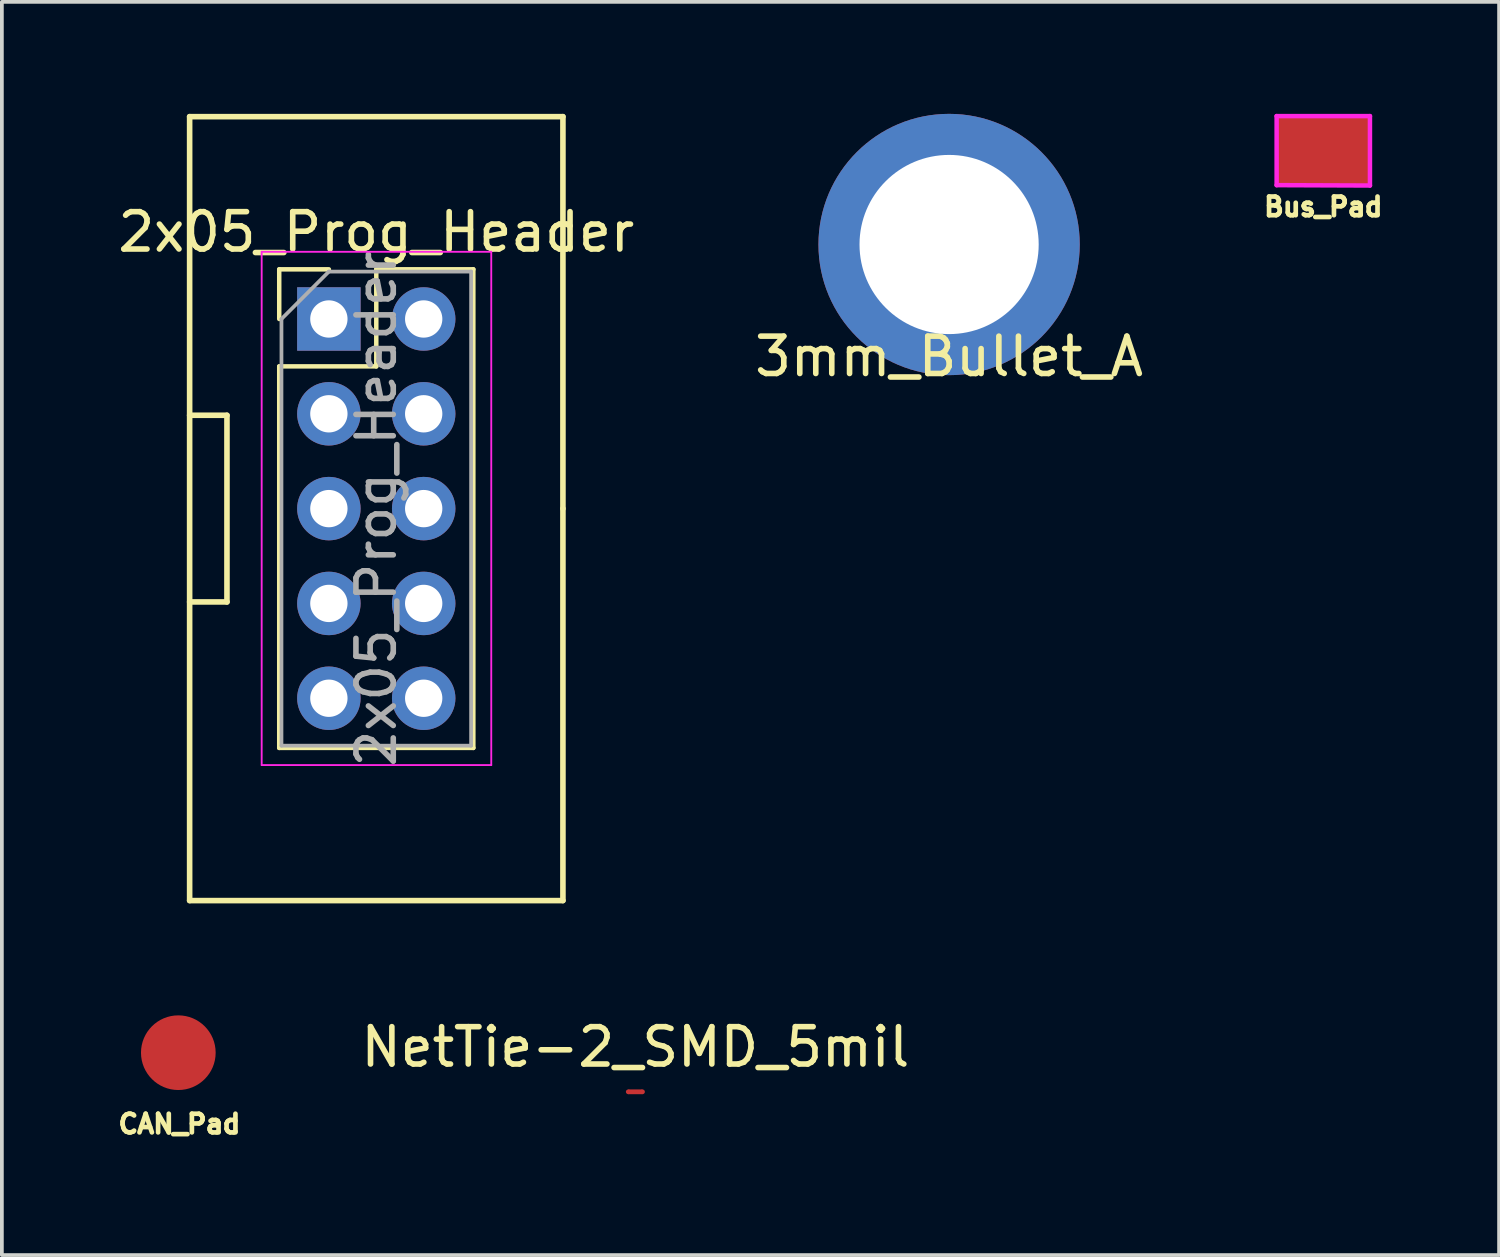
<source format=kicad_pcb>
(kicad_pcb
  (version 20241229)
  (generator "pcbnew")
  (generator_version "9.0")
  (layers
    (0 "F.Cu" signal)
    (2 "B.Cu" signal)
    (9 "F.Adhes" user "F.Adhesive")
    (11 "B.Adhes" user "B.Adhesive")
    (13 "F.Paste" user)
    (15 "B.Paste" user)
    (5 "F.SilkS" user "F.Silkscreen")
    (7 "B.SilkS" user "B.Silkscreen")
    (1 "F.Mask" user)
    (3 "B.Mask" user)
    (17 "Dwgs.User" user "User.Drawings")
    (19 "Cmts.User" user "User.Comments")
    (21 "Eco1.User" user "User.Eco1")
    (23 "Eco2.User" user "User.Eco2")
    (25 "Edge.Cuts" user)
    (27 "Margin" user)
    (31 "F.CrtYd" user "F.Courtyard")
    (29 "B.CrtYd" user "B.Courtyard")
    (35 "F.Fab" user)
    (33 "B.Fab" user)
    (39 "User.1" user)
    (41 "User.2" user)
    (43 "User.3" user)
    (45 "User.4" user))
  (footprint "2x05_Prog_Header"
    (layer "F.Cu")
    (at 7.03 10.575)
    (property "Reference" "2x05_Prog_Header" (at 0 -7.41 0) (layer "F.SilkS") (effects (font (size 1 1) (thickness 0.15))))
    (attr through_hole)
    (fp_line (start -5 -10.5) (end -5 10.5) (stroke (width 0.15) (type solid)) (layer "F.SilkS"))
    (fp_line (start -5 -2.5) (end -4 -2.5) (stroke (width 0.15) (type solid)) (layer "F.SilkS"))
    (fp_line (start -5 10.5) (end 5 10.5) (stroke (width 0.15) (type solid)) (layer "F.SilkS"))
    (fp_line (start -4 -2.5) (end -4 2.5) (stroke (width 0.15) (type solid)) (layer "F.SilkS"))
    (fp_line (start -4 2.5) (end -5 2.5) (stroke (width 0.15) (type solid)) (layer "F.SilkS"))
    (fp_line (start -2.6 -6.41) (end -1.27 -6.41) (stroke (width 0.12) (type solid)) (layer "F.SilkS"))
    (fp_line (start -2.6 -5.08) (end -2.6 -6.41) (stroke (width 0.12) (type solid)) (layer "F.SilkS"))
    (fp_line (start -2.6 -3.81) (end -2.6 6.41) (stroke (width 0.12) (type solid)) (layer "F.SilkS"))
    (fp_line (start -2.6 -3.81) (end 0 -3.81) (stroke (width 0.12) (type solid)) (layer "F.SilkS"))
    (fp_line (start -2.6 6.41) (end 2.6 6.41) (stroke (width 0.12) (type solid)) (layer "F.SilkS"))
    (fp_line (start 0 -6.41) (end 2.6 -6.41) (stroke (width 0.12) (type solid)) (layer "F.SilkS"))
    (fp_line (start 0 -3.81) (end 0 -6.41) (stroke (width 0.12) (type solid)) (layer "F.SilkS"))
    (fp_line (start 2.6 -6.41) (end 2.6 6.41) (stroke (width 0.12) (type solid)) (layer "F.SilkS"))
    (fp_line (start 5 -10.5) (end -5 -10.5) (stroke (width 0.15) (type solid)) (layer "F.SilkS"))
    (fp_line (start 5 0) (end 5 -10.5) (stroke (width 0.15) (type solid)) (layer "F.SilkS"))
    (fp_line (start 5 10.5) (end 5 0) (stroke (width 0.15) (type solid)) (layer "F.SilkS"))
    (fp_line (start -3.07 -6.88) (end -3.07 6.87) (stroke (width 0.05) (type solid)) (layer "F.CrtYd"))
    (fp_line (start -3.07 6.87) (end 3.08 6.87) (stroke (width 0.05) (type solid)) (layer "F.CrtYd"))
    (fp_line (start 3.08 -6.88) (end -3.07 -6.88) (stroke (width 0.05) (type solid)) (layer "F.CrtYd"))
    (fp_line (start 3.08 6.87) (end 3.08 -6.88) (stroke (width 0.05) (type solid)) (layer "F.CrtYd"))
    (fp_line (start -2.54 -5.08) (end -1.27 -6.35) (stroke (width 0.1) (type solid)) (layer "F.Fab"))
    (fp_line (start -2.54 6.35) (end -2.54 -5.08) (stroke (width 0.1) (type solid)) (layer "F.Fab"))
    (fp_line (start -1.27 -6.35) (end 2.54 -6.35) (stroke (width 0.1) (type solid)) (layer "F.Fab"))
    (fp_line (start 2.54 -6.35) (end 2.54 6.35) (stroke (width 0.1) (type solid)) (layer "F.Fab"))
    (fp_line (start 2.54 6.35) (end -2.54 6.35) (stroke (width 0.1) (type solid)) (layer "F.Fab"))
    (fp_text user "${REFERENCE}" (at 0 0 90) (layer "F.Fab") (effects (font (size 1 1) (thickness 0.15))))
    (pad "1" thru_hole rect (at -1.27 -5.08) (size 1.7 1.7) (drill 1) (layers "*.Cu" "*.Mask"))
    (pad "2" thru_hole oval (at 1.27 -5.08) (size 1.7 1.7) (drill 1) (layers "*.Cu" "*.Mask"))
    (pad "3" thru_hole oval (at -1.27 -2.54) (size 1.7 1.7) (drill 1) (layers "*.Cu" "*.Mask"))
    (pad "4" thru_hole oval (at 1.27 -2.54) (size 1.7 1.7) (drill 1) (layers "*.Cu" "*.Mask"))
    (pad "5" thru_hole oval (at -1.27 0) (size 1.7 1.7) (drill 1) (layers "*.Cu" "*.Mask"))
    (pad "6" thru_hole oval (at 1.27 0) (size 1.7 1.7) (drill 1) (layers "*.Cu" "*.Mask"))
    (pad "7" thru_hole oval (at -1.27 2.54) (size 1.7 1.7) (drill 1) (layers "*.Cu" "*.Mask"))
    (pad "8" thru_hole oval (at 1.27 2.54) (size 1.7 1.7) (drill 1) (layers "*.Cu" "*.Mask"))
    (pad "9" thru_hole oval (at -1.27 5.08) (size 1.7 1.7) (drill 1) (layers "*.Cu" "*.Mask"))
    (pad "10" thru_hole oval (at 1.27 5.08) (size 1.7 1.7) (drill 1) (layers "*.Cu" "*.Mask")))
  (footprint "3mm_Bullet_A"
    (layer "F.Cu")
    (at 22.375 3.5)
    (property "Reference" "3mm_Bullet_A" (at 0 3 0) (layer "F.SilkS") (effects (font (size 1 1) (thickness 0.15))))
    (attr through_hole)
    (pad "1" thru_hole circle (at 0 0) (size 7 7) (drill 4.8) (layers "*.Cu" "*.Mask")))
  (footprint "NetTie-2_SMD_5mil"
    (layer "F.Cu")
    (at 13.971 26.198)
    (property "Reference" "NetTie-2_SMD_5mil" (at 0 -1.2 180) (layer "F.SilkS") (effects (font (size 1 1) (thickness 0.15))))
    (attr exclude_from_pos_files exclude_from_bom)
    (fp_poly (pts (xy -0.191 -0.064) (xy 0.191 -0.064) (xy 0.191 0.064) (xy -0.191 0.064)) (stroke (width 0) (type solid)) (fill yes) (layer "F.Cu"))
    (pad "1" smd circle (at -0.191 0) (size 0.127 0.127) (layers "F.Cu"))
    (pad "2" smd circle (at 0.191 0) (size 0.127 0.127) (layers "F.Cu")))
  (footprint "CAN_Pad"
    (layer "F.Cu")
    (at 1.727 25.15)
    (property "Reference" "CAN_Pad" (at 0.03 1.91 0) (layer "F.SilkS") (effects (font (size 0.5 0.5) (thickness 0.125))))
    (attr through_hole)
    (pad "1" smd circle (at 0 0) (size 2 2) (layers "F.Cu" "F.Mask" "F.Paste")))
  (footprint "Bus_Pad"
    (layer "F.Cu")
    (at 32.399 0.99)
    (property "Reference" "Bus_Pad" (at 0 1.5 0) (layer "F.SilkS") (effects (font (size 0.5 0.5) (thickness 0.125))))
    (attr through_hole)
    (fp_line (start -1.25 -0.93) (end -1.25 0.92) (stroke (width 0.12) (type solid)) (layer "F.CrtYd"))
    (fp_line (start -1.25 0.92) (end 1.25 0.93) (stroke (width 0.12) (type solid)) (layer "F.CrtYd"))
    (fp_line (start 1.25 -0.93) (end -1.25 -0.93) (stroke (width 0.12) (type solid)) (layer "F.CrtYd"))
    (fp_line (start 1.25 0.93) (end 1.25 -0.93) (stroke (width 0.12) (type solid)) (layer "F.CrtYd"))
    (pad "1" smd rect (at 0 0) (size 2.5 1.85) (layers "F.Cu" "F.Mask" "F.Paste")))
  (gr_rect
    (start -3 -3)
    (end 37.108 30.572)
    (stroke (width 0.1) (type default))
    (fill no)
    (layer "Edge.Cuts")))
</source>
